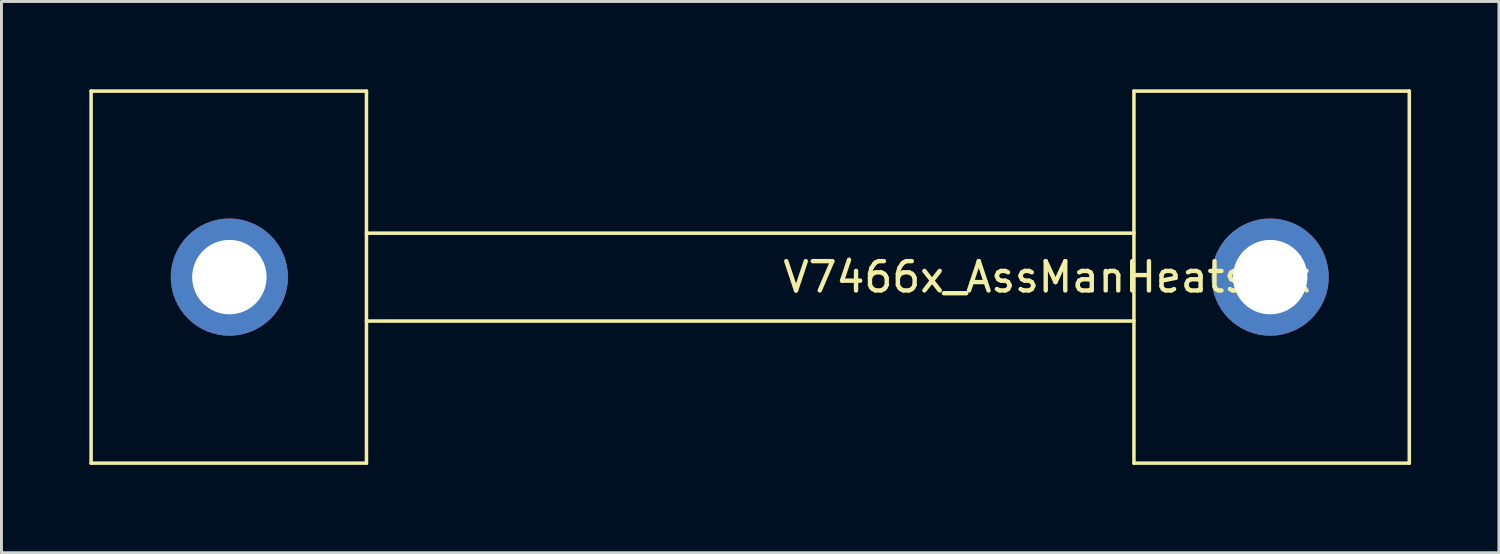
<source format=kicad_pcb>
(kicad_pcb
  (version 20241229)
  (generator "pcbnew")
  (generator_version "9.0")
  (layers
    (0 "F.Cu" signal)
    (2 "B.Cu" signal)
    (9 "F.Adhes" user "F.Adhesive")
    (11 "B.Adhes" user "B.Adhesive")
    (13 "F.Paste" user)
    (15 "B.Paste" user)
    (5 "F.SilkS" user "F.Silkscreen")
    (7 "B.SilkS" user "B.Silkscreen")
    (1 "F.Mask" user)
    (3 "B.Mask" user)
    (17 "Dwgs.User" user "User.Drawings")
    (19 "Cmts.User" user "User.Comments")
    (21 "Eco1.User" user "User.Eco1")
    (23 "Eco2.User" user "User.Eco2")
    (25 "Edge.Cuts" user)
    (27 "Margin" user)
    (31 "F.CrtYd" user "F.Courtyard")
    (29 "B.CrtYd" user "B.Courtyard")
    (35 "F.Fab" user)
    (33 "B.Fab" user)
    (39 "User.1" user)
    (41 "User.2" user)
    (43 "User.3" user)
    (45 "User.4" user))
  (footprint "V7466x_AssManHeatsink"
    (layer "F.Cu")
    (at 22.56 6.41)
    (property "Reference" "V7466x_AssManHeatsink" (at 10.16 0 0) (layer "F.SilkS") (effects (font (size 1 1) (thickness 0.15))))
    (attr through_hole)
    (fp_line (start -22.5 -6.35) (end -22.5 6.35) (stroke (width 0.12) (type solid)) (layer "F.SilkS"))
    (fp_line (start -13.1 -6.35) (end -22.5 -6.35) (stroke (width 0.12) (type solid)) (layer "F.SilkS"))
    (fp_line (start -13.1 -6.35) (end -13.1 6.35) (stroke (width 0.12) (type solid)) (layer "F.SilkS"))
    (fp_line (start -13.1 -1.5) (end 13.1 -1.5) (stroke (width 0.12) (type solid)) (layer "F.SilkS"))
    (fp_line (start -13.1 1.5) (end 13.1 1.5) (stroke (width 0.12) (type solid)) (layer "F.SilkS"))
    (fp_line (start -13.1 6.35) (end -22.5 6.35) (stroke (width 0.12) (type solid)) (layer "F.SilkS"))
    (fp_line (start 13.1 -6.35) (end 13.1 6.35) (stroke (width 0.12) (type solid)) (layer "F.SilkS"))
    (fp_line (start 22.5 -6.35) (end 13.1 -6.35) (stroke (width 0.12) (type solid)) (layer "F.SilkS"))
    (fp_line (start 22.5 -6.35) (end 22.5 6.35) (stroke (width 0.12) (type solid)) (layer "F.SilkS"))
    (fp_line (start 22.5 6.35) (end 13.1 6.35) (stroke (width 0.12) (type solid)) (layer "F.SilkS"))
    (pad "1" thru_hole circle (at -17.78 0) (size 4 4) (drill 2.54) (layers "*.Cu" "*.Mask"))
    (pad "2" thru_hole circle (at 17.75 0) (size 4 4) (drill 2.54) (layers "*.Cu" "*.Mask")))
  (gr_rect
    (start -3 -3)
    (end 48.12 15.82)
    (stroke (width 0.1) (type default))
    (fill no)
    (layer "Edge.Cuts")))
</source>
